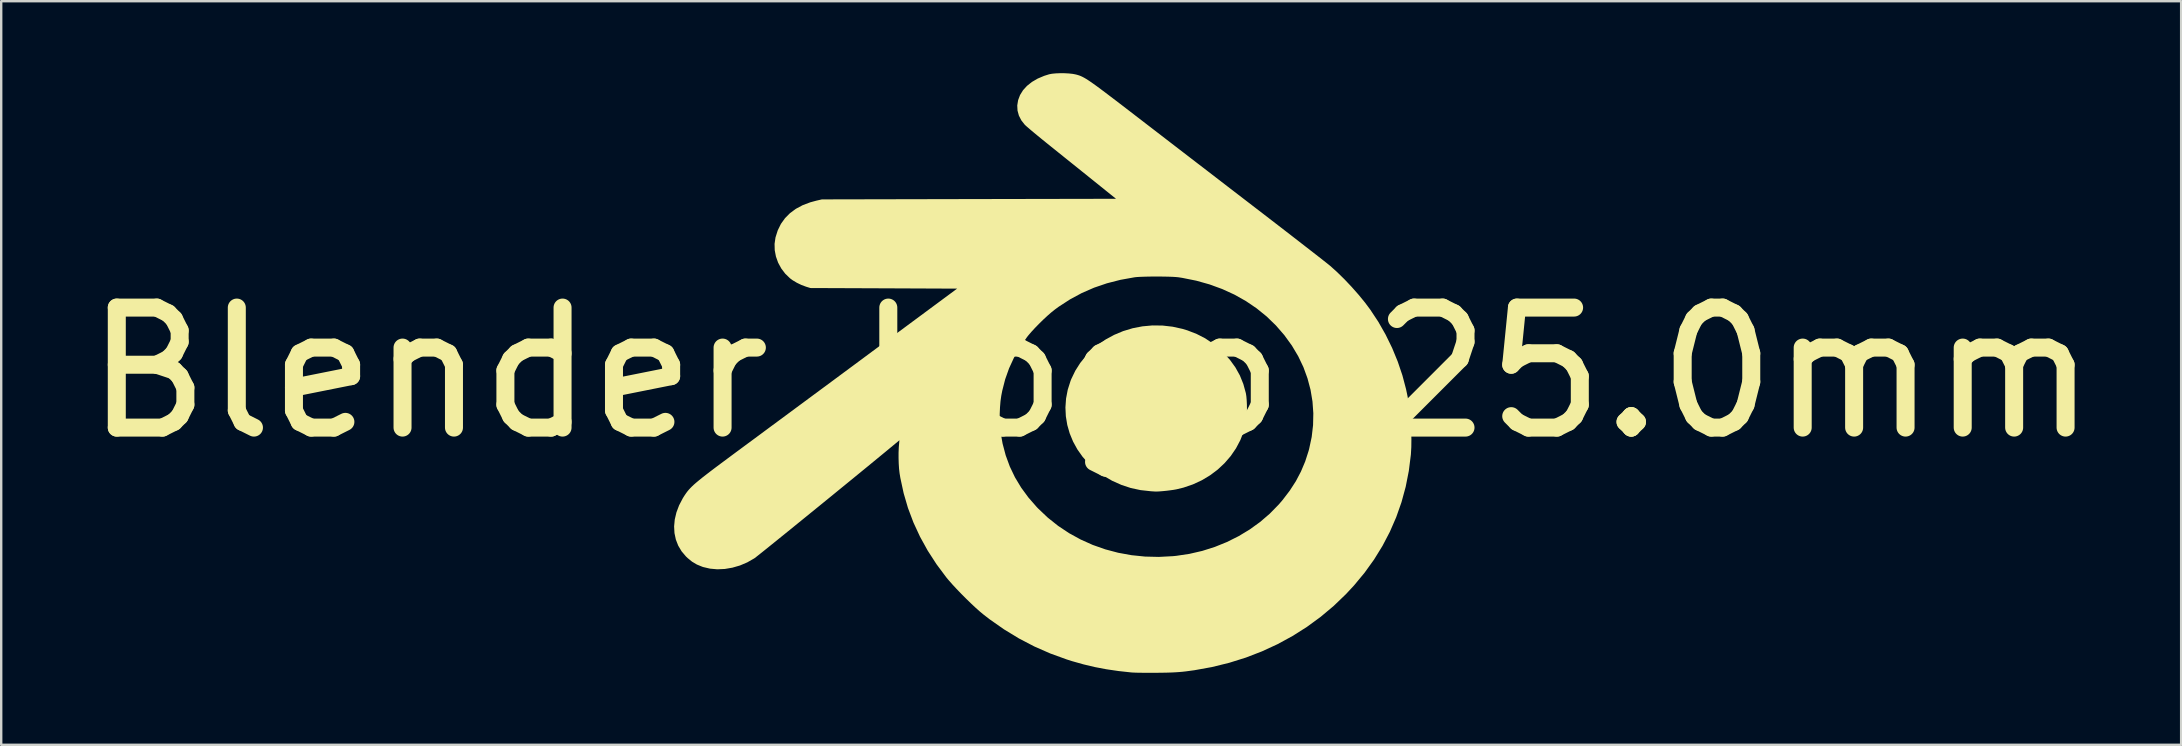
<source format=kicad_pcb>
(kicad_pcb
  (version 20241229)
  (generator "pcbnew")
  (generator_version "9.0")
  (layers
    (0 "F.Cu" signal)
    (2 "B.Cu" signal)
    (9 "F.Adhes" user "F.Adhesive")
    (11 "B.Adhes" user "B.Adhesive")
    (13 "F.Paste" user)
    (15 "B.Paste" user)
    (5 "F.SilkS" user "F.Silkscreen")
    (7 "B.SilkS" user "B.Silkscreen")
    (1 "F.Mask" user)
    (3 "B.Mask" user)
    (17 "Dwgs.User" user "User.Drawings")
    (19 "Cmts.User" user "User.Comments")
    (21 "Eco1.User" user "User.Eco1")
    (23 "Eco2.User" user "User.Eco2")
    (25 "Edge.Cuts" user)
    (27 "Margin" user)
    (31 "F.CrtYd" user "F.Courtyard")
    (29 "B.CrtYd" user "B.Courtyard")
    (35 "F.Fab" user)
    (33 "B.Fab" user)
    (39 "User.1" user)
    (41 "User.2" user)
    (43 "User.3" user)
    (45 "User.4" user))
  (footprint "Blender Logo 25.0mm"
    (layer "F.Cu")
    (at 42.411 12.49)
    (property "Reference" "Blender Logo 25.0mm" (at 0 0 180) (layer "F.SilkS") (effects (font (size 5 5) (thickness 0.75))))
    (attr board_only exclude_from_pos_files exclude_from_bom)
    (fp_poly (pts (xy 2.972 -1.977) (xy 3.393 -1.929) (xy 3.809 -1.837) (xy 4.009 -1.776) (xy 4.395 -1.626) (xy 4.75 -1.444) (xy 5.079 -1.224) (xy 5.39 -0.964) (xy 5.506 -0.852) (xy 5.78 -0.549) (xy 6.009 -0.232) (xy 6.195 0.103) (xy 6.339 0.458) (xy 6.443 0.836) (xy 6.444 0.84) (xy 6.464 0.965) (xy 6.478 1.124) (xy 6.487 1.306) (xy 6.49 1.497) (xy 6.488 1.684) (xy 6.48 1.856) (xy 6.465 1.998) (xy 6.456 2.051) (xy 6.357 2.432) (xy 6.215 2.795) (xy 6.033 3.139) (xy 5.813 3.46) (xy 5.557 3.756) (xy 5.269 4.025) (xy 4.952 4.263) (xy 4.606 4.47) (xy 4.237 4.641) (xy 3.845 4.775) (xy 3.549 4.847) (xy 3.437 4.867) (xy 3.3 4.886) (xy 3.15 4.905) (xy 3 4.92) (xy 2.86 4.932) (xy 2.744 4.938) (xy 2.663 4.938) (xy 2.662 4.938) (xy 2.602 4.934) (xy 2.52 4.929) (xy 2.483 4.926) (xy 2.056 4.879) (xy 1.651 4.792) (xy 1.261 4.663) (xy 0.876 4.491) (xy 0.863 4.484) (xy 0.508 4.278) (xy 0.185 4.042) (xy -0.104 3.779) (xy -0.357 3.492) (xy -0.575 3.184) (xy -0.754 2.858) (xy -0.895 2.517) (xy -0.996 2.164) (xy -1.056 1.802) (xy -1.073 1.434) (xy -1.047 1.064) (xy -0.976 0.694) (xy -0.859 0.327) (xy -0.829 0.252) (xy -0.662 -0.095) (xy -0.456 -0.419) (xy -0.209 -0.723) (xy -0.062 -0.876) (xy 0.249 -1.15) (xy 0.587 -1.387) (xy 0.948 -1.585) (xy 1.33 -1.745) (xy 1.727 -1.865) (xy 2.135 -1.944) (xy 2.552 -1.982)) (stroke (width 0) (type solid)) (fill yes) (layer "F.SilkS"))
    (fp_poly (pts (xy -1.114 -12.489) (xy -0.936 -12.48) (xy -0.776 -12.463) (xy -0.662 -12.442) (xy -0.601 -12.427) (xy -0.542 -12.41) (xy -0.484 -12.391) (xy -0.425 -12.367) (xy -0.361 -12.337) (xy -0.291 -12.3) (xy -0.212 -12.254) (xy -0.121 -12.196) (xy -0.017 -12.126) (xy 0.103 -12.042) (xy 0.242 -11.942) (xy 0.401 -11.824) (xy 0.584 -11.687) (xy 0.792 -11.529) (xy 1.029 -11.349) (xy 1.296 -11.145) (xy 1.595 -10.915) (xy 1.93 -10.657) (xy 1.987 -10.614) (xy 2.263 -10.401) (xy 2.573 -10.163) (xy 2.911 -9.903) (xy 3.273 -9.624) (xy 3.655 -9.33) (xy 4.052 -9.025) (xy 4.459 -8.712) (xy 4.871 -8.396) (xy 5.284 -8.078) (xy 5.693 -7.763) (xy 6.094 -7.455) (xy 6.482 -7.157) (xy 6.849 -6.875) (xy 7.18 -6.621) (xy 7.503 -6.372) (xy 7.817 -6.13) (xy 8.119 -5.897) (xy 8.406 -5.675) (xy 8.677 -5.465) (xy 8.928 -5.27) (xy 9.159 -5.091) (xy 9.365 -4.931) (xy 9.545 -4.79) (xy 9.697 -4.671) (xy 9.817 -4.576) (xy 9.905 -4.506) (xy 9.956 -4.464) (xy 9.957 -4.464) (xy 10.25 -4.2) (xy 10.552 -3.904) (xy 10.852 -3.587) (xy 11.141 -3.26) (xy 11.407 -2.935) (xy 11.628 -2.639) (xy 11.962 -2.134) (xy 12.266 -1.6) (xy 12.537 -1.046) (xy 12.771 -0.478) (xy 12.966 0.098) (xy 13.118 0.673) (xy 13.183 0.985) (xy 13.236 1.313) (xy 13.279 1.666) (xy 13.311 2.031) (xy 13.332 2.397) (xy 13.341 2.752) (xy 13.337 3.086) (xy 13.32 3.386) (xy 13.318 3.407) (xy 13.233 4.081) (xy 13.103 4.74) (xy 12.928 5.382) (xy 12.708 6.007) (xy 12.444 6.614) (xy 12.136 7.203) (xy 11.785 7.772) (xy 11.39 8.321) (xy 10.953 8.848) (xy 10.616 9.211) (xy 10.102 9.705) (xy 9.558 10.161) (xy 8.986 10.579) (xy 8.388 10.958) (xy 7.764 11.298) (xy 7.116 11.597) (xy 6.445 11.856) (xy 5.752 12.073) (xy 5.039 12.249) (xy 4.306 12.382) (xy 3.945 12.431) (xy 3.802 12.447) (xy 3.662 12.459) (xy 3.517 12.469) (xy 3.357 12.477) (xy 3.176 12.483) (xy 2.963 12.487) (xy 2.711 12.49) (xy 2.71 12.49) (xy 2.506 12.491) (xy 2.307 12.491) (xy 2.12 12.489) (xy 1.954 12.487) (xy 1.816 12.483) (xy 1.714 12.478) (xy 1.679 12.476) (xy 1.139 12.417) (xy 0.634 12.343) (xy 0.151 12.251) (xy -0.32 12.139) (xy -0.792 12.006) (xy -1.021 11.933) (xy -1.704 11.685) (xy -2.367 11.394) (xy -3.01 11.059) (xy -3.631 10.681) (xy -4.231 10.261) (xy -4.493 10.058) (xy -4.648 9.929) (xy -4.826 9.77) (xy -5.018 9.59) (xy -5.218 9.395) (xy -5.418 9.194) (xy -5.61 8.995) (xy -5.786 8.805) (xy -5.939 8.631) (xy -6.033 8.518) (xy -6.445 7.966) (xy -6.811 7.4) (xy -7.131 6.821) (xy -7.405 6.229) (xy -7.633 5.624) (xy -7.814 5.005) (xy -7.95 4.374) (xy -7.983 4.175) (xy -8.004 3.993) (xy -8.018 3.779) (xy -8.025 3.549) (xy -8.025 3.318) (xy -8.016 3.103) (xy -8.008 3.003) (xy -7.989 2.802) (xy -8.176 2.957) (xy -8.364 3.112) (xy -8.574 3.286) (xy -8.804 3.475) (xy -9.051 3.678) (xy -9.314 3.894) (xy -9.589 4.119) (xy -9.875 4.353) (xy -10.169 4.593) (xy -10.468 4.837) (xy -10.77 5.084) (xy -11.072 5.33) (xy -11.373 5.575) (xy -11.67 5.816) (xy -11.96 6.052) (xy -12.241 6.28) (xy -12.51 6.499) (xy -12.766 6.706) (xy -13.005 6.899) (xy -13.225 7.077) (xy -13.425 7.238) (xy -13.6 7.379) (xy -13.75 7.499) (xy -13.871 7.595) (xy -13.962 7.667) (xy -14.019 7.711) (xy -14.037 7.723) (xy -14.327 7.889) (xy -14.633 8.019) (xy -14.947 8.11) (xy -15.263 8.164) (xy -15.576 8.178) (xy -15.879 8.151) (xy -16.167 8.084) (xy -16.199 8.073) (xy -16.427 7.98) (xy -16.628 7.861) (xy -16.816 7.707) (xy -16.882 7.644) (xy -17.064 7.429) (xy -17.205 7.193) (xy -17.304 6.939) (xy -17.361 6.67) (xy -17.376 6.39) (xy -17.349 6.102) (xy -17.28 5.809) (xy -17.169 5.514) (xy -17.016 5.221) (xy -16.962 5.134) (xy -16.915 5.063) (xy -16.868 4.995) (xy -16.819 4.93) (xy -16.765 4.865) (xy -16.703 4.798) (xy -16.633 4.727) (xy -16.55 4.649) (xy -16.452 4.564) (xy -16.338 4.469) (xy -16.205 4.361) (xy -16.049 4.24) (xy -15.87 4.102) (xy -15.664 3.946) (xy -15.429 3.77) (xy -15.162 3.572) (xy -14.862 3.349) (xy -14.525 3.1) (xy -14.517 3.094) (xy -14.294 2.929) (xy -14.036 2.739) (xy -13.746 2.524) (xy -13.429 2.289) (xy -13.086 2.036) (xy -13.002 1.974) (xy -3.811 1.974) (xy -3.801 2.227) (xy -3.782 2.423) (xy -3.692 2.938) (xy -3.562 3.429) (xy -3.39 3.898) (xy -3.175 4.347) (xy -2.916 4.777) (xy -2.613 5.19) (xy -2.265 5.588) (xy -2.208 5.647) (xy -1.807 6.027) (xy -1.377 6.369) (xy -0.92 6.673) (xy -0.439 6.937) (xy 0.063 7.162) (xy 0.585 7.346) (xy 1.124 7.489) (xy 1.677 7.59) (xy 2.244 7.648) (xy 2.82 7.662) (xy 3.405 7.631) (xy 3.538 7.618) (xy 4.088 7.536) (xy 4.626 7.412) (xy 5.15 7.246) (xy 5.656 7.041) (xy 6.142 6.798) (xy 6.603 6.52) (xy 7.037 6.207) (xy 7.44 5.861) (xy 7.809 5.484) (xy 7.975 5.291) (xy 8.273 4.901) (xy 8.527 4.508) (xy 8.739 4.105) (xy 8.916 3.686) (xy 9.059 3.242) (xy 9.082 3.155) (xy 9.187 2.665) (xy 9.244 2.172) (xy 9.255 1.678) (xy 9.22 1.187) (xy 9.139 0.701) (xy 9.012 0.223) (xy 8.842 -0.244) (xy 8.626 -0.697) (xy 8.367 -1.133) (xy 8.363 -1.14) (xy 8.046 -1.578) (xy 7.694 -1.983) (xy 7.309 -2.356) (xy 6.892 -2.694) (xy 6.444 -2.998) (xy 5.967 -3.266) (xy 5.462 -3.497) (xy 4.931 -3.691) (xy 4.375 -3.847) (xy 3.796 -3.963) (xy 3.634 -3.988) (xy 3.532 -3.998) (xy 3.39 -4.007) (xy 3.218 -4.013) (xy 3.024 -4.017) (xy 2.818 -4.019) (xy 2.607 -4.019) (xy 2.402 -4.017) (xy 2.21 -4.012) (xy 2.04 -4.006) (xy 1.902 -3.998) (xy 1.811 -3.988) (xy 1.22 -3.882) (xy 0.658 -3.738) (xy 0.121 -3.555) (xy -0.392 -3.331) (xy -0.882 -3.067) (xy -1.352 -2.762) (xy -1.512 -2.645) (xy -1.658 -2.528) (xy -1.822 -2.385) (xy -1.997 -2.223) (xy -2.172 -2.051) (xy -2.341 -1.878) (xy -2.494 -1.712) (xy -2.622 -1.562) (xy -2.681 -1.486) (xy -2.973 -1.063) (xy -3.219 -0.634) (xy -3.421 -0.195) (xy -3.583 0.261) (xy -3.705 0.738) (xy -3.746 0.948) (xy -3.778 1.175) (xy -3.799 1.432) (xy -3.811 1.704) (xy -3.811 1.974) (xy -13.002 1.974) (xy -12.722 1.767) (xy -12.341 1.485) (xy -11.945 1.192) (xy -11.538 0.891) (xy -11.124 0.585) (xy -10.706 0.276) (xy -10.288 -0.034) (xy -9.873 -0.341) (xy -9.464 -0.644) (xy -9.134 -0.889) (xy -5.586 -3.515) (xy -8.642 -3.528) (xy -11.698 -3.54) (xy -11.877 -3.595) (xy -12.068 -3.666) (xy -12.26 -3.758) (xy -12.436 -3.863) (xy -12.546 -3.944) (xy -12.747 -4.138) (xy -12.913 -4.357) (xy -13.043 -4.597) (xy -13.134 -4.852) (xy -13.184 -5.114) (xy -13.191 -5.38) (xy -13.153 -5.642) (xy -13.152 -5.648) (xy -13.058 -5.944) (xy -12.926 -6.212) (xy -12.755 -6.451) (xy -12.547 -6.661) (xy -12.302 -6.841) (xy -12.02 -6.992) (xy -11.701 -7.112) (xy -11.454 -7.179) (xy -11.218 -7.233) (xy -5.092 -7.246) (xy 1.034 -7.258) (xy 0.154 -7.966) (xy -0.06 -8.138) (xy -0.302 -8.332) (xy -0.562 -8.541) (xy -0.831 -8.757) (xy -1.099 -8.972) (xy -1.357 -9.179) (xy -1.594 -9.37) (xy -1.677 -9.436) (xy -1.868 -9.59) (xy -2.051 -9.738) (xy -2.223 -9.879) (xy -2.379 -10.008) (xy -2.515 -10.122) (xy -2.626 -10.217) (xy -2.709 -10.289) (xy -2.76 -10.336) (xy -2.764 -10.34) (xy -2.91 -10.525) (xy -3.012 -10.724) (xy -3.069 -10.933) (xy -3.08 -11.149) (xy -3.044 -11.368) (xy -2.964 -11.58) (xy -2.84 -11.781) (xy -2.674 -11.963) (xy -2.469 -12.126) (xy -2.229 -12.266) (xy -1.956 -12.381) (xy -1.752 -12.445) (xy -1.631 -12.468) (xy -1.475 -12.483) (xy -1.298 -12.49)) (stroke (width 0) (type solid)) (fill yes) (layer "F.SilkS")))
  (gr_rect
    (start -3 -3)
    (end 87.821 27.981)
    (stroke (width 0.1) (type default))
    (fill no)
    (layer "Edge.Cuts")))
</source>
